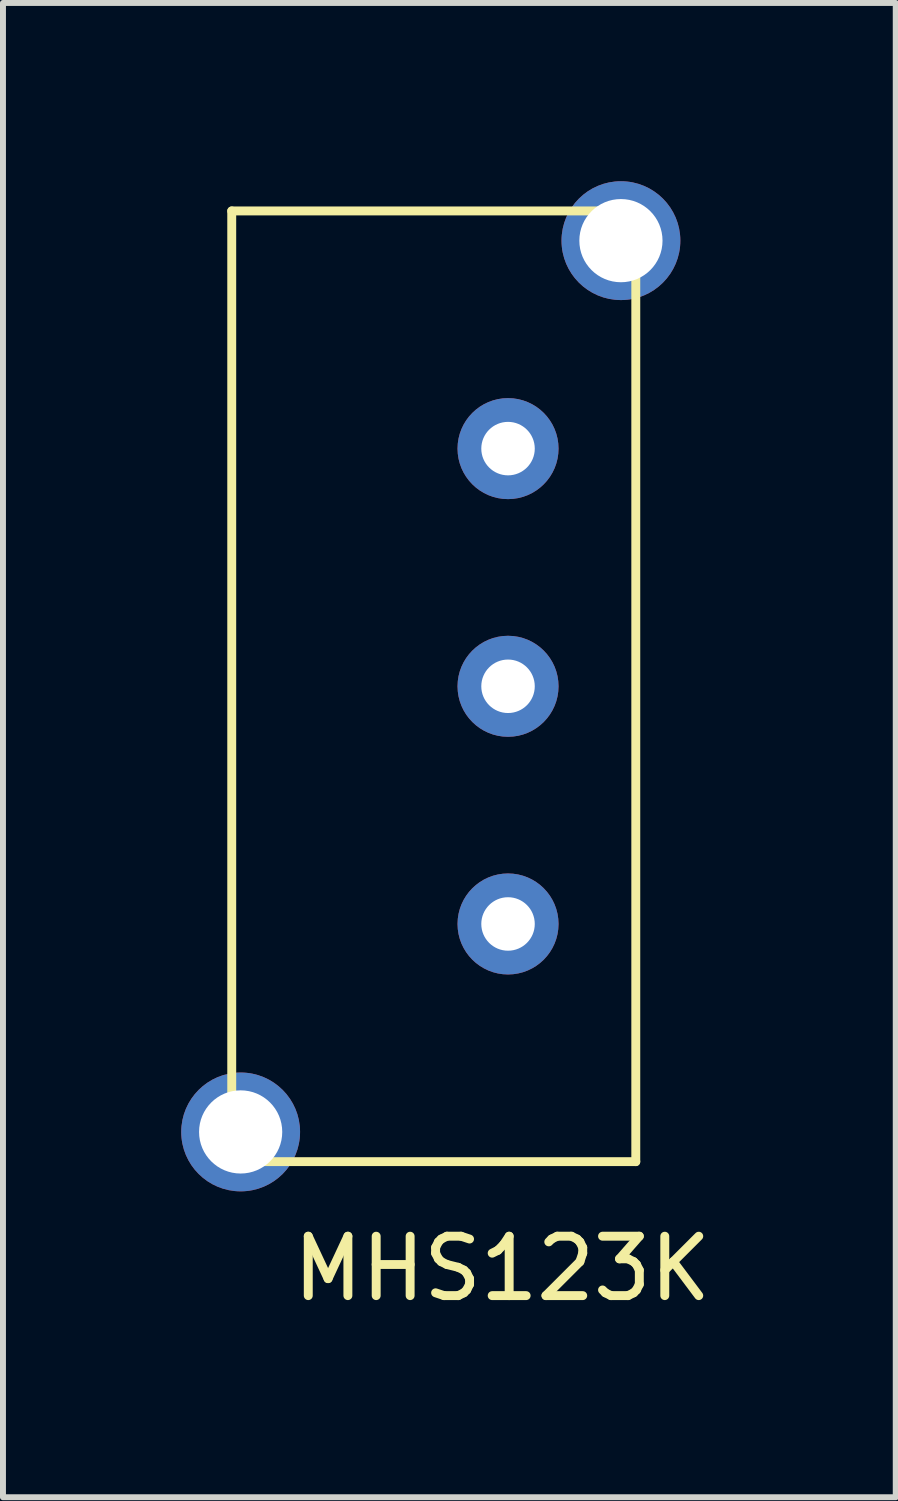
<source format=kicad_pcb>
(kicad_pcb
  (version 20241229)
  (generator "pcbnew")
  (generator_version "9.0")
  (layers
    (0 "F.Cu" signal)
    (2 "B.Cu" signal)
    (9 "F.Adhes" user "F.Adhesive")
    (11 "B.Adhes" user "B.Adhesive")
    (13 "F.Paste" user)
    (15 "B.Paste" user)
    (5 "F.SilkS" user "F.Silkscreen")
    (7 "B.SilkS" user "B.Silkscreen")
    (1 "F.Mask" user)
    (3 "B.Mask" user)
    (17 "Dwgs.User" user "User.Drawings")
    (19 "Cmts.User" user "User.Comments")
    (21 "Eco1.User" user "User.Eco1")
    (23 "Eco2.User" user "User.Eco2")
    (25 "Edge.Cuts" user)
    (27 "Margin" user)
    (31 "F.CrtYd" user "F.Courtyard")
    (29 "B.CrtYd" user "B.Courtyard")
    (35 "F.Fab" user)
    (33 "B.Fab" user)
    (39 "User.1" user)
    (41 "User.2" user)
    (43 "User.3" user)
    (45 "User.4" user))
  (footprint "MHS123K"
    (layer "F.Cu")
    (at 5.5 8.5)
    (property "Reference" "MHS123K" (at -0.1 9.8 0) (layer "F.SilkS") (effects (font (size 1 1) (thickness 0.15))))
    (attr through_hole)
    (fp_line (start -4.65 -8) (end -4.65 8) (stroke (width 0.15) (type solid)) (layer "F.SilkS"))
    (fp_line (start -4.65 8) (end 2.15 8) (stroke (width 0.15) (type solid)) (layer "F.SilkS"))
    (fp_line (start 2.15 -8) (end -4.65 -8) (stroke (width 0.15) (type solid)) (layer "F.SilkS"))
    (fp_line (start 2.15 8) (end 2.15 -8) (stroke (width 0.15) (type solid)) (layer "F.SilkS"))
    (pad "" np_thru_hole circle (at -4.5 7.5) (size 2 2) (drill 1.4) (layers "*.Cu" "*.Mask"))
    (pad "" np_thru_hole circle (at 1.9 -7.5) (size 2 2) (drill 1.4) (layers "*.Cu" "*.Mask"))
    (pad "1" thru_hole circle (at 0 4) (size 1.7 1.7) (drill 0.9) (layers "*.Cu" "*.Mask"))
    (pad "2" thru_hole circle (at 0 0) (size 1.7 1.7) (drill 0.9) (layers "*.Cu" "*.Mask"))
    (pad "3" thru_hole circle (at 0 -4) (size 1.7 1.7) (drill 0.9) (layers "*.Cu" "*.Mask")))
  (gr_rect
    (start -3 -3)
    (end 12.025 22.148)
    (stroke (width 0.1) (type default))
    (fill no)
    (layer "Edge.Cuts")))
</source>
